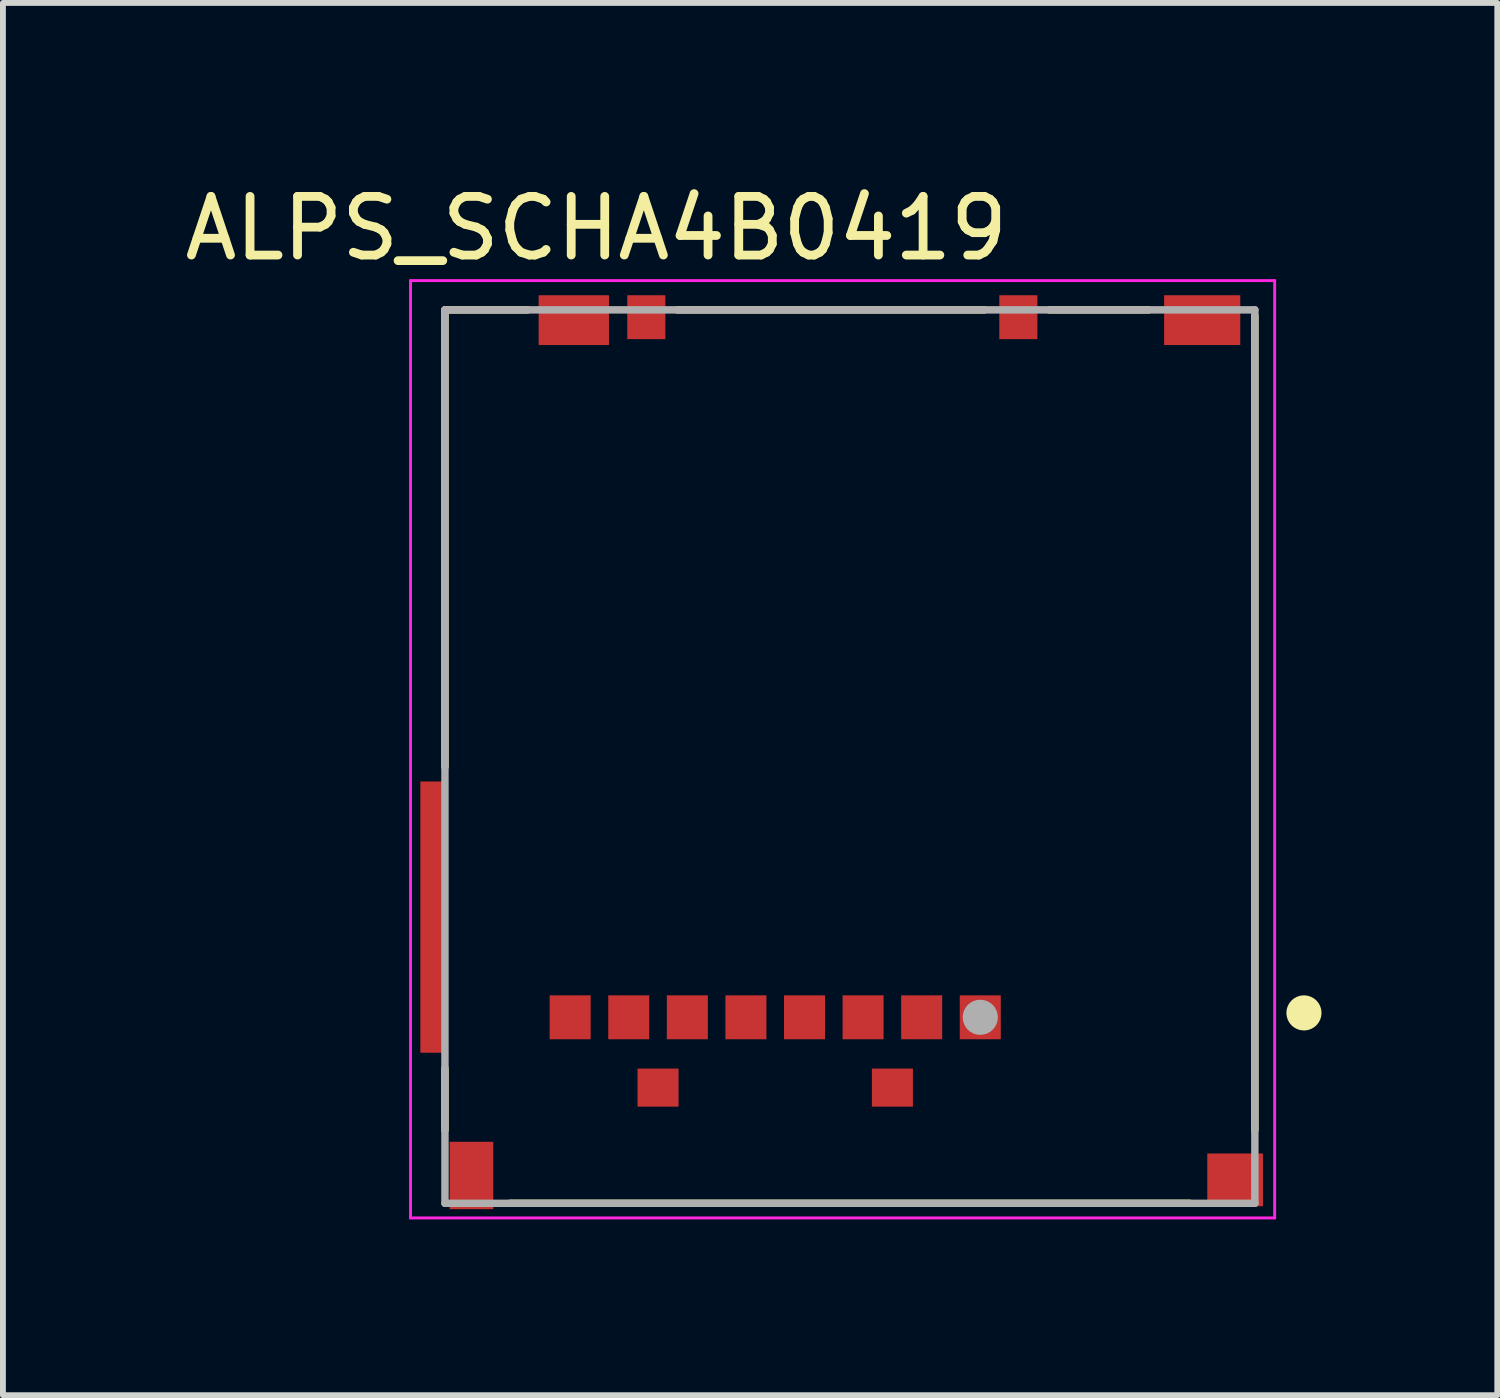
<source format=kicad_pcb>
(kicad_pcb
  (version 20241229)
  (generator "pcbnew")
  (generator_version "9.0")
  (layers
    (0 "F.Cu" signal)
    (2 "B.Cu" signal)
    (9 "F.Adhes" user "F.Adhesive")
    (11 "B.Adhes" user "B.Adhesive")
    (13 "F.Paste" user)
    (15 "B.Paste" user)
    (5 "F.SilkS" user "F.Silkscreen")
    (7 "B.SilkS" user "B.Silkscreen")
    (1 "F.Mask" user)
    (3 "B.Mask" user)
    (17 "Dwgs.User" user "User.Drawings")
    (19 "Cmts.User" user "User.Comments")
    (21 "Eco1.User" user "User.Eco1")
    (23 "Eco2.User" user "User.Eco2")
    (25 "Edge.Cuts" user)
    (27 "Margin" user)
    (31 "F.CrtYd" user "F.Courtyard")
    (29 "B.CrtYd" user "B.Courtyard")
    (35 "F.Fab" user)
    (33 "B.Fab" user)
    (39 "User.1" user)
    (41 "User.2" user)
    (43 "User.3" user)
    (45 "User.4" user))
  (footprint "ALPS_SCHA4B0419"
    (layer "F.Cu")
    (at 11.457 9.864)
    (property "Reference" "ALPS_SCHA4B0419" (at -4.328 -9.016 0) (layer "F.SilkS") (effects (font (size 1.001 1.001) (thickness 0.15))))
    (attr smd)
    (fp_line (start -6.912 -7.625) (end -6.912 0.175) (stroke (width 0.127) (type solid)) (layer "F.SilkS"))
    (fp_line (start -6.912 5.325) (end -6.912 6.375) (stroke (width 0.127) (type solid)) (layer "F.SilkS"))
    (fp_line (start -5.8 7.625) (end 5.8 7.625) (stroke (width 0.127) (type solid)) (layer "F.SilkS"))
    (fp_line (start -5.5 -7.625) (end -6.912 -7.625) (stroke (width 0.127) (type solid)) (layer "F.SilkS"))
    (fp_line (start -2.95 -7.625) (end 2.3 -7.625) (stroke (width 0.127) (type solid)) (layer "F.SilkS"))
    (fp_line (start 3.4 -7.625) (end 5.1 -7.625) (stroke (width 0.127) (type solid)) (layer "F.SilkS"))
    (fp_line (start 6.912 6.375) (end 6.912 -7.525) (stroke (width 0.127) (type solid)) (layer "F.SilkS"))
    (fp_circle (center 7.75 4.375) (end 7.9 4.375) (stroke (width 0.3) (type solid)) (fill no) (layer "F.SilkS"))
    (fp_line (start -7.5 -8.125) (end 7.25 -8.125) (stroke (width 0.05) (type solid)) (layer "F.CrtYd"))
    (fp_line (start -7.5 7.875) (end -7.5 -8.125) (stroke (width 0.05) (type solid)) (layer "F.CrtYd"))
    (fp_line (start 7.25 -8.125) (end 7.25 7.875) (stroke (width 0.05) (type solid)) (layer "F.CrtYd"))
    (fp_line (start 7.25 7.875) (end -7.5 7.875) (stroke (width 0.05) (type solid)) (layer "F.CrtYd"))
    (fp_line (start -6.912 -7.625) (end 6.912 -7.625) (stroke (width 0.127) (type solid)) (layer "F.Fab"))
    (fp_line (start -6.912 7.625) (end -6.912 -7.625) (stroke (width 0.127) (type solid)) (layer "F.Fab"))
    (fp_line (start 6.912 -7.625) (end 6.912 7.625) (stroke (width 0.127) (type solid)) (layer "F.Fab"))
    (fp_line (start 6.912 7.625) (end -6.912 7.625) (stroke (width 0.127) (type solid)) (layer "F.Fab"))
    (fp_circle (center 2.225 4.45) (end 2.375 4.45) (stroke (width 0.3) (type solid)) (fill no) (layer "F.Fab"))
    (pad "1" smd rect (at 2.225 4.45) (size 0.7 0.75) (layers "F.Cu" "F.Mask" "F.Paste"))
    (pad "2" smd rect (at 1.225 4.45) (size 0.7 0.75) (layers "F.Cu" "F.Mask" "F.Paste"))
    (pad "3" smd rect (at 0.225 4.45) (size 0.7 0.75) (layers "F.Cu" "F.Mask" "F.Paste"))
    (pad "4" smd rect (at -0.775 4.45) (size 0.7 0.75) (layers "F.Cu" "F.Mask" "F.Paste"))
    (pad "5" smd rect (at -1.775 4.45) (size 0.7 0.75) (layers "F.Cu" "F.Mask" "F.Paste"))
    (pad "6" smd rect (at -2.775 4.45) (size 0.7 0.75) (layers "F.Cu" "F.Mask" "F.Paste"))
    (pad "7" smd rect (at -3.775 4.45) (size 0.7 0.75) (layers "F.Cu" "F.Mask" "F.Paste"))
    (pad "8" smd rect (at -4.775 4.45) (size 0.7 0.75) (layers "F.Cu" "F.Mask" "F.Paste"))
    (pad "9" smd rect (at 0.725 5.65) (size 0.7 0.65) (layers "F.Cu" "F.Mask" "F.Paste"))
    (pad "10" smd rect (at -3.275 5.65) (size 0.7 0.65) (layers "F.Cu" "F.Mask" "F.Paste"))
    (pad "11" smd rect (at 2.875 -7.5 90) (size 0.75 0.65) (layers "F.Cu" "F.Mask" "F.Paste"))
    (pad "12" smd rect (at -3.475 -7.5 90) (size 0.75 0.65) (layers "F.Cu" "F.Mask" "F.Paste"))
    (pad "SH1" smd rect (at -6.46 7.15 90) (size 1.15 0.745) (layers "F.Cu" "F.Mask" "F.Paste"))
    (pad "SH2" smd rect (at 6.575 7.225 180) (size 0.95 0.9) (layers "F.Cu" "F.Mask" "F.Paste"))
    (pad "SH3" smd rect (at -7.122 2.74) (size 0.42 4.63) (layers "F.Cu" "F.Mask" "F.Paste"))
    (pad "SH4" smd rect (at -4.713 -7.45) (size 1.2 0.85) (layers "F.Cu" "F.Mask" "F.Paste"))
    (pad "SH5" smd rect (at 6.013 -7.45) (size 1.3 0.85) (layers "F.Cu" "F.Mask" "F.Paste"))
    (zone (net_name "") (layer "F.Cu") (hatch full 0.508) (connect_pads) (min_thickness 0.0001) (filled_areas_thickness no) (keepout (tracks not_allowed) (vias not_allowed) (pads not_allowed) (copperpour not_allowed) (footprints allowed)) (placement (enabled no)) (fill) (polygon (pts (xy 5.444 6.389) (xy 14.344 6.389) (xy 14.344 10.789) (xy 5.444 10.789))))
    (zone (net_name "") (layer "F.Cu") (hatch full 0.508) (connect_pads) (min_thickness 0.0001) (filled_areas_thickness no) (keepout (tracks not_allowed) (vias not_allowed) (pads not_allowed) (copperpour not_allowed) (footprints allowed)) (placement (enabled no)) (fill) (polygon (pts (xy 9.989 2.389) (xy 12.494 2.389) (xy 12.494 4.639) (xy 8.944 4.639) (xy 8.944 3.239) (xy 9.989 3.239)))))
  (gr_rect
    (start -3 -3)
    (end 22.507 20.764)
    (stroke (width 0.1) (type default))
    (fill no)
    (layer "Edge.Cuts")))
</source>
